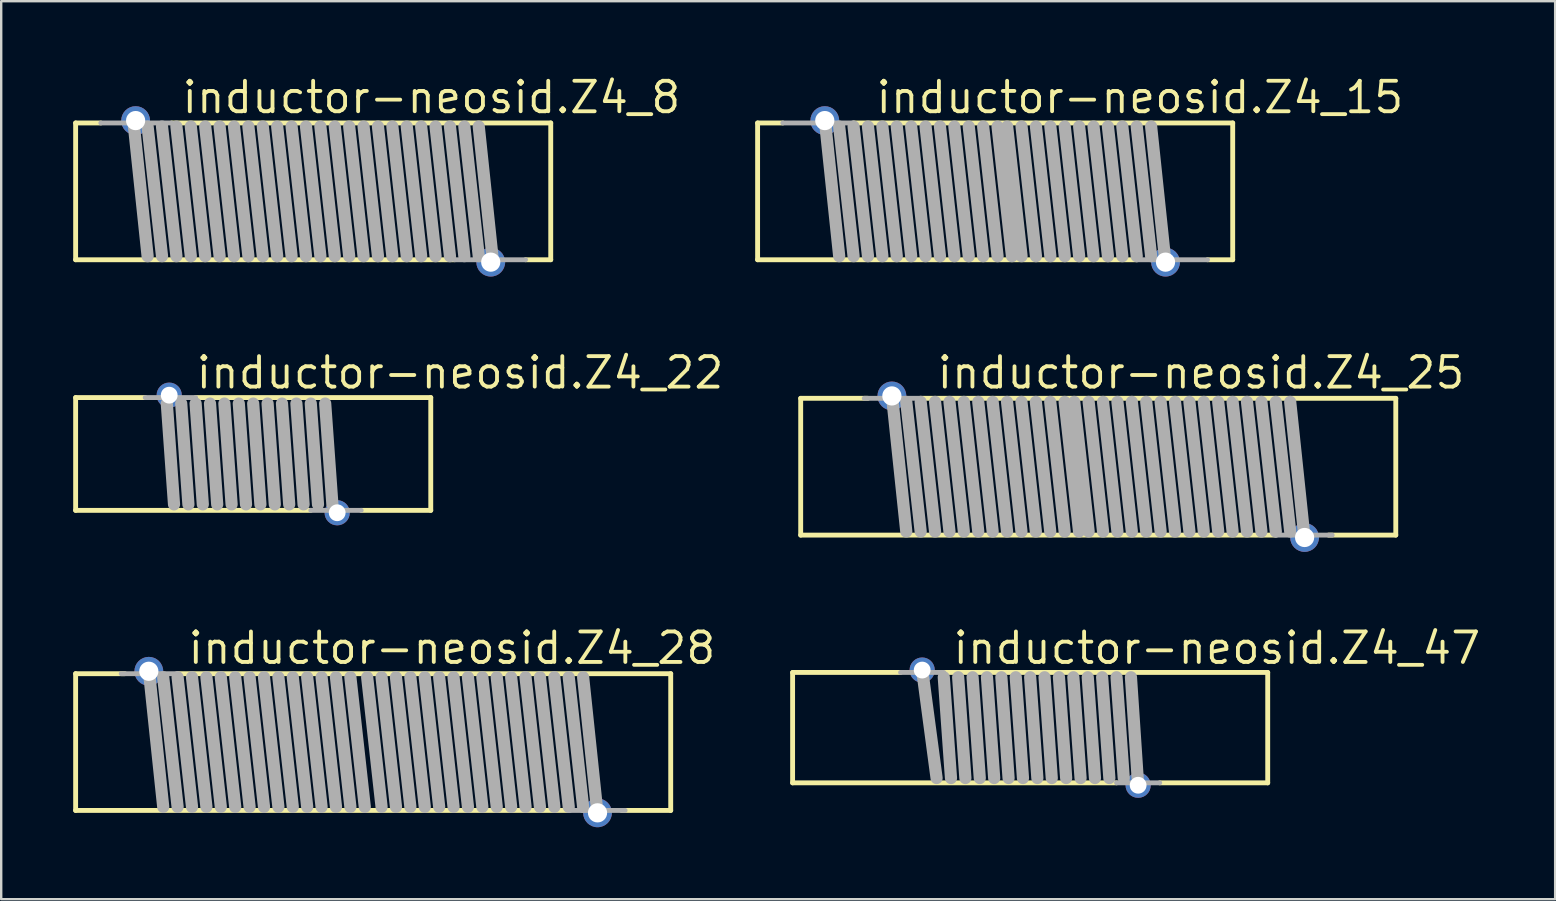
<source format=kicad_pcb>
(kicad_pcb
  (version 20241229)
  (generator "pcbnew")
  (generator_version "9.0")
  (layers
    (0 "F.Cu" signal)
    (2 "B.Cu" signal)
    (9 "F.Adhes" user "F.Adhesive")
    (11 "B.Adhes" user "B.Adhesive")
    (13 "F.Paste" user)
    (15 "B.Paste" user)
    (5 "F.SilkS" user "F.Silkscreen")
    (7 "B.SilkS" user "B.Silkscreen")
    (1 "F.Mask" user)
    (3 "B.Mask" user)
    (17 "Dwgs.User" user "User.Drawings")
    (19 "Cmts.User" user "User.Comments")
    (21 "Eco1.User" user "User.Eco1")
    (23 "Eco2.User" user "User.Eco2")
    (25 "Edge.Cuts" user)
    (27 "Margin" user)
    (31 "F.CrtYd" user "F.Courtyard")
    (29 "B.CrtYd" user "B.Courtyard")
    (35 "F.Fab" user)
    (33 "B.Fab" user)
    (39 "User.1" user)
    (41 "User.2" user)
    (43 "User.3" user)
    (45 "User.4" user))
  (footprint "inductor-neosid.Z4_22"
    (layer "F.Cu")
    (at 7.502 15.869)
    (property "Reference" "inductor-neosid.Z4_22" (at -2.463 -2.644 0) (layer "F.SilkS") (effects (font (size 1.27 1.27) (thickness 0.16)) (justify left bottom)))
    (attr through_hole)
    (fp_line (start -7.4 -2.35) (end -4.5 -2.35) (stroke (width 0.203) (type default)) (layer "F.SilkS"))
    (fp_line (start -7.4 2.35) (end -7.4 -2.35) (stroke (width 0.203) (type default)) (layer "F.SilkS"))
    (fp_line (start -2.4 -2.35) (end 7.4 -2.35) (stroke (width 0.203) (type default)) (layer "F.SilkS"))
    (fp_line (start 2.4 2.35) (end -7.4 2.35) (stroke (width 0.203) (type default)) (layer "F.SilkS"))
    (fp_line (start 7.4 -2.35) (end 7.4 2.35) (stroke (width 0.203) (type default)) (layer "F.SilkS"))
    (fp_line (start 7.4 2.35) (end 4.5 2.35) (stroke (width 0.203) (type default)) (layer "F.SilkS"))
    (fp_line (start -4.5 -2.35) (end -2.4 -2.35) (stroke (width 0.203) (type default)) (layer "F.Fab"))
    (fp_line (start -3.3 2.1) (end -3.6 -2.1) (stroke (width 0.508) (type default)) (layer "F.Fab"))
    (fp_line (start -2.7 2.1) (end -3 -2.1) (stroke (width 0.508) (type default)) (layer "F.Fab"))
    (fp_line (start -2.1 2.1) (end -2.4 -2.1) (stroke (width 0.508) (type default)) (layer "F.Fab"))
    (fp_line (start -1.5 2.1) (end -1.8 -2.1) (stroke (width 0.508) (type default)) (layer "F.Fab"))
    (fp_line (start -0.9 2.1) (end -1.2 -2.1) (stroke (width 0.508) (type default)) (layer "F.Fab"))
    (fp_line (start -0.3 2.1) (end -0.6 -2.1) (stroke (width 0.508) (type default)) (layer "F.Fab"))
    (fp_line (start 0.3 2.1) (end 0 -2.1) (stroke (width 0.508) (type default)) (layer "F.Fab"))
    (fp_line (start 0.9 2.1) (end 0.6 -2.1) (stroke (width 0.508) (type default)) (layer "F.Fab"))
    (fp_line (start 1.5 2.1) (end 1.2 -2.1) (stroke (width 0.508) (type default)) (layer "F.Fab"))
    (fp_line (start 2.1 2.1) (end 1.8 -2.1) (stroke (width 0.508) (type default)) (layer "F.Fab"))
    (fp_line (start 2.7 2.1) (end 2.4 -2.1) (stroke (width 0.508) (type default)) (layer "F.Fab"))
    (fp_line (start 3.3 2.1) (end 3 -2.1) (stroke (width 0.508) (type default)) (layer "F.Fab"))
    (fp_line (start 4.5 2.35) (end 2.4 2.35) (stroke (width 0.203) (type default)) (layer "F.Fab"))
    (pad "1" thru_hole circle (at 3.5 2.45) (size 1.05 1.05) (drill 0.7) (layers "*.Cu" "*.Mask"))
    (pad "2" thru_hole circle (at -3.5 -2.45) (size 1.05 1.05) (drill 0.7) (layers "*.Cu" "*.Mask")))
  (footprint "inductor-neosid.Z4_28"
    (layer "F.Cu")
    (at 12.502 27.875)
    (property "Reference" "inductor-neosid.Z4_28" (at -7.8 -3.175 0) (layer "F.SilkS") (effects (font (size 1.27 1.27) (thickness 0.16)) (justify left bottom)))
    (attr through_hole)
    (fp_line (start -12.4 -2.85) (end -10.35 -2.85) (stroke (width 0.203) (type default)) (layer "F.SilkS"))
    (fp_line (start -12.4 2.85) (end -12.4 -2.85) (stroke (width 0.203) (type default)) (layer "F.SilkS"))
    (fp_line (start -8.15 -2.85) (end 12.4 -2.85) (stroke (width 0.203) (type default)) (layer "F.SilkS"))
    (fp_line (start 8.15 2.85) (end -12.4 2.85) (stroke (width 0.203) (type default)) (layer "F.SilkS"))
    (fp_line (start 12.4 -2.85) (end 12.4 2.85) (stroke (width 0.203) (type default)) (layer "F.SilkS"))
    (fp_line (start 12.4 2.85) (end 10.35 2.85) (stroke (width 0.203) (type default)) (layer "F.SilkS"))
    (fp_line (start -10.5 -2.85) (end -8.15 -2.85) (stroke (width 0.203) (type default)) (layer "F.Fab"))
    (fp_line (start -8.75 2.7) (end -9.35 -3) (stroke (width 0.508) (type default)) (layer "F.Fab"))
    (fp_line (start -8.15 2.7) (end -8.75 -2.7) (stroke (width 0.508) (type default)) (layer "F.Fab"))
    (fp_line (start -7.55 2.7) (end -8.15 -2.7) (stroke (width 0.508) (type default)) (layer "F.Fab"))
    (fp_line (start -6.95 2.7) (end -7.55 -2.7) (stroke (width 0.508) (type default)) (layer "F.Fab"))
    (fp_line (start -6.35 2.7) (end -6.95 -2.7) (stroke (width 0.508) (type default)) (layer "F.Fab"))
    (fp_line (start -5.75 2.7) (end -6.35 -2.7) (stroke (width 0.508) (type default)) (layer "F.Fab"))
    (fp_line (start -5.15 2.7) (end -5.75 -2.7) (stroke (width 0.508) (type default)) (layer "F.Fab"))
    (fp_line (start -4.55 2.7) (end -5.15 -2.7) (stroke (width 0.508) (type default)) (layer "F.Fab"))
    (fp_line (start -3.95 2.7) (end -4.55 -2.7) (stroke (width 0.508) (type default)) (layer "F.Fab"))
    (fp_line (start -3.35 2.7) (end -3.95 -2.7) (stroke (width 0.508) (type default)) (layer "F.Fab"))
    (fp_line (start -2.75 2.7) (end -3.35 -2.7) (stroke (width 0.508) (type default)) (layer "F.Fab"))
    (fp_line (start -2.15 2.7) (end -2.75 -2.7) (stroke (width 0.508) (type default)) (layer "F.Fab"))
    (fp_line (start -1.55 2.7) (end -2.15 -2.7) (stroke (width 0.508) (type default)) (layer "F.Fab"))
    (fp_line (start -0.95 2.7) (end -1.55 -2.7) (stroke (width 0.508) (type default)) (layer "F.Fab"))
    (fp_line (start -0.35 2.7) (end -0.95 -2.7) (stroke (width 0.508) (type default)) (layer "F.Fab"))
    (fp_line (start 0.35 2.7) (end -0.25 -2.7) (stroke (width 0.508) (type default)) (layer "F.Fab"))
    (fp_line (start 0.95 2.7) (end 0.35 -2.7) (stroke (width 0.508) (type default)) (layer "F.Fab"))
    (fp_line (start 1.55 2.7) (end 0.95 -2.7) (stroke (width 0.508) (type default)) (layer "F.Fab"))
    (fp_line (start 2.15 2.7) (end 1.55 -2.7) (stroke (width 0.508) (type default)) (layer "F.Fab"))
    (fp_line (start 2.75 2.7) (end 2.15 -2.7) (stroke (width 0.508) (type default)) (layer "F.Fab"))
    (fp_line (start 3.35 2.7) (end 2.75 -2.7) (stroke (width 0.508) (type default)) (layer "F.Fab"))
    (fp_line (start 3.95 2.7) (end 3.35 -2.7) (stroke (width 0.508) (type default)) (layer "F.Fab"))
    (fp_line (start 4.55 2.7) (end 3.95 -2.7) (stroke (width 0.508) (type default)) (layer "F.Fab"))
    (fp_line (start 5.15 2.7) (end 4.55 -2.7) (stroke (width 0.508) (type default)) (layer "F.Fab"))
    (fp_line (start 5.75 2.7) (end 5.15 -2.7) (stroke (width 0.508) (type default)) (layer "F.Fab"))
    (fp_line (start 6.35 2.7) (end 5.75 -2.7) (stroke (width 0.508) (type default)) (layer "F.Fab"))
    (fp_line (start 6.95 2.7) (end 6.35 -2.7) (stroke (width 0.508) (type default)) (layer "F.Fab"))
    (fp_line (start 7.55 2.7) (end 6.95 -2.7) (stroke (width 0.508) (type default)) (layer "F.Fab"))
    (fp_line (start 8.15 2.7) (end 7.55 -2.7) (stroke (width 0.508) (type default)) (layer "F.Fab"))
    (fp_line (start 8.75 2.7) (end 8.15 -2.7) (stroke (width 0.508) (type default)) (layer "F.Fab"))
    (fp_line (start 9.35 3) (end 8.75 -2.7) (stroke (width 0.508) (type default)) (layer "F.Fab"))
    (fp_line (start 10.5 2.85) (end 8.15 2.85) (stroke (width 0.203) (type default)) (layer "F.Fab"))
    (pad "1" thru_hole circle (at 9.35 2.95) (size 1.2 1.2) (drill 0.8) (layers "*.Cu" "*.Mask"))
    (pad "2" thru_hole circle (at -9.35 -2.95) (size 1.2 1.2) (drill 0.8) (layers "*.Cu" "*.Mask")))
  (footprint "inductor-neosid.Z4_47"
    (layer "F.Cu")
    (at 39.882 27.275)
    (property "Reference" "inductor-neosid.Z4_47" (at -3.3 -2.575 0) (layer "F.SilkS") (effects (font (size 1.27 1.27) (thickness 0.16)) (justify left bottom)))
    (attr through_hole)
    (fp_line (start -9.9 -2.3) (end -5.4 -2.3) (stroke (width 0.203) (type default)) (layer "F.SilkS"))
    (fp_line (start -9.9 2.3) (end -9.9 -2.3) (stroke (width 0.203) (type default)) (layer "F.SilkS"))
    (fp_line (start -3.6 -2.3) (end 9.9 -2.3) (stroke (width 0.203) (type default)) (layer "F.SilkS"))
    (fp_line (start 3.6 2.3) (end -9.9 2.3) (stroke (width 0.203) (type default)) (layer "F.SilkS"))
    (fp_line (start 9.9 -2.3) (end 9.9 2.3) (stroke (width 0.203) (type default)) (layer "F.SilkS"))
    (fp_line (start 9.9 2.3) (end 5.4 2.3) (stroke (width 0.203) (type default)) (layer "F.SilkS"))
    (fp_line (start -5.4 -2.3) (end -3.6 -2.3) (stroke (width 0.203) (type default)) (layer "F.Fab"))
    (fp_line (start -3.9 2.1) (end -4.5 -2.4) (stroke (width 0.508) (type default)) (layer "F.Fab"))
    (fp_line (start -3.3 2.1) (end -3.6 -2.1) (stroke (width 0.508) (type default)) (layer "F.Fab"))
    (fp_line (start -2.7 2.1) (end -3 -2.1) (stroke (width 0.508) (type default)) (layer "F.Fab"))
    (fp_line (start -2.1 2.1) (end -2.4 -2.1) (stroke (width 0.508) (type default)) (layer "F.Fab"))
    (fp_line (start -1.5 2.1) (end -1.8 -2.1) (stroke (width 0.508) (type default)) (layer "F.Fab"))
    (fp_line (start -0.9 2.1) (end -1.2 -2.1) (stroke (width 0.508) (type default)) (layer "F.Fab"))
    (fp_line (start -0.3 2.1) (end -0.6 -2.1) (stroke (width 0.508) (type default)) (layer "F.Fab"))
    (fp_line (start 0.3 2.1) (end 0 -2.1) (stroke (width 0.508) (type default)) (layer "F.Fab"))
    (fp_line (start 0.9 2.1) (end 0.6 -2.1) (stroke (width 0.508) (type default)) (layer "F.Fab"))
    (fp_line (start 1.5 2.1) (end 1.2 -2.1) (stroke (width 0.508) (type default)) (layer "F.Fab"))
    (fp_line (start 2.1 2.1) (end 1.8 -2.1) (stroke (width 0.508) (type default)) (layer "F.Fab"))
    (fp_line (start 2.7 2.1) (end 2.4 -2.1) (stroke (width 0.508) (type default)) (layer "F.Fab"))
    (fp_line (start 3.3 2.1) (end 3 -2.1) (stroke (width 0.508) (type default)) (layer "F.Fab"))
    (fp_line (start 3.9 2.1) (end 3.6 -2.1) (stroke (width 0.508) (type default)) (layer "F.Fab"))
    (fp_line (start 4.5 2.4) (end 4.2 -2.1) (stroke (width 0.508) (type default)) (layer "F.Fab"))
    (fp_line (start 5.4 2.3) (end 3.6 2.3) (stroke (width 0.203) (type default)) (layer "F.Fab"))
    (pad "1" thru_hole circle (at 4.5 2.4) (size 1.05 1.05) (drill 0.7) (layers "*.Cu" "*.Mask"))
    (pad "2" thru_hole circle (at -4.5 -2.4) (size 1.05 1.05) (drill 0.7) (layers "*.Cu" "*.Mask")))
  (footprint "inductor-neosid.Z4_25"
    (layer "F.Cu")
    (at 42.719 16.4)
    (property "Reference" "inductor-neosid.Z4_25" (at -6.8 -3.175 0) (layer "F.SilkS") (effects (font (size 1.27 1.27) (thickness 0.16)) (justify left bottom)))
    (attr through_hole)
    (fp_line (start -12.4 -2.85) (end -9.6 -2.85) (stroke (width 0.203) (type default)) (layer "F.SilkS"))
    (fp_line (start -12.4 2.85) (end -12.4 -2.85) (stroke (width 0.203) (type default)) (layer "F.SilkS"))
    (fp_line (start -7.4 -2.85) (end 12.4 -2.85) (stroke (width 0.203) (type default)) (layer "F.SilkS"))
    (fp_line (start 7.4 2.85) (end -12.4 2.85) (stroke (width 0.203) (type default)) (layer "F.SilkS"))
    (fp_line (start 12.4 -2.85) (end 12.4 2.85) (stroke (width 0.203) (type default)) (layer "F.SilkS"))
    (fp_line (start 12.4 2.85) (end 9.6 2.85) (stroke (width 0.203) (type default)) (layer "F.SilkS"))
    (fp_line (start -9.75 -2.85) (end -7.4 -2.85) (stroke (width 0.203) (type default)) (layer "F.Fab"))
    (fp_line (start -8 2.7) (end -8.6 -3) (stroke (width 0.508) (type default)) (layer "F.Fab"))
    (fp_line (start -7.4 2.7) (end -8 -2.7) (stroke (width 0.508) (type default)) (layer "F.Fab"))
    (fp_line (start -6.8 2.7) (end -7.4 -2.7) (stroke (width 0.508) (type default)) (layer "F.Fab"))
    (fp_line (start -6.2 2.7) (end -6.8 -2.7) (stroke (width 0.508) (type default)) (layer "F.Fab"))
    (fp_line (start -5.6 2.7) (end -6.2 -2.7) (stroke (width 0.508) (type default)) (layer "F.Fab"))
    (fp_line (start -5 2.7) (end -5.6 -2.7) (stroke (width 0.508) (type default)) (layer "F.Fab"))
    (fp_line (start -4.4 2.7) (end -5 -2.7) (stroke (width 0.508) (type default)) (layer "F.Fab"))
    (fp_line (start -3.8 2.7) (end -4.4 -2.7) (stroke (width 0.508) (type default)) (layer "F.Fab"))
    (fp_line (start -3.2 2.7) (end -3.8 -2.7) (stroke (width 0.508) (type default)) (layer "F.Fab"))
    (fp_line (start -2.6 2.7) (end -3.2 -2.7) (stroke (width 0.508) (type default)) (layer "F.Fab"))
    (fp_line (start -2 2.7) (end -2.6 -2.7) (stroke (width 0.508) (type default)) (layer "F.Fab"))
    (fp_line (start -1.4 2.7) (end -2 -2.7) (stroke (width 0.508) (type default)) (layer "F.Fab"))
    (fp_line (start -0.8 2.7) (end -1.4 -2.7) (stroke (width 0.508) (type default)) (layer "F.Fab"))
    (fp_line (start -0.4 2.7) (end -1 -2.7) (stroke (width 0.508) (type default)) (layer "F.Fab"))
    (fp_line (start 0.2 2.7) (end -0.4 -2.7) (stroke (width 0.508) (type default)) (layer "F.Fab"))
    (fp_line (start 0.8 2.7) (end 0.2 -2.7) (stroke (width 0.508) (type default)) (layer "F.Fab"))
    (fp_line (start 1.4 2.7) (end 0.8 -2.7) (stroke (width 0.508) (type default)) (layer "F.Fab"))
    (fp_line (start 2 2.7) (end 1.4 -2.7) (stroke (width 0.508) (type default)) (layer "F.Fab"))
    (fp_line (start 2.6 2.7) (end 2 -2.7) (stroke (width 0.508) (type default)) (layer "F.Fab"))
    (fp_line (start 3.2 2.7) (end 2.6 -2.7) (stroke (width 0.508) (type default)) (layer "F.Fab"))
    (fp_line (start 3.8 2.7) (end 3.2 -2.7) (stroke (width 0.508) (type default)) (layer "F.Fab"))
    (fp_line (start 4.4 2.7) (end 3.8 -2.7) (stroke (width 0.508) (type default)) (layer "F.Fab"))
    (fp_line (start 5 2.7) (end 4.4 -2.7) (stroke (width 0.508) (type default)) (layer "F.Fab"))
    (fp_line (start 5.6 2.7) (end 5 -2.7) (stroke (width 0.508) (type default)) (layer "F.Fab"))
    (fp_line (start 6.2 2.7) (end 5.6 -2.7) (stroke (width 0.508) (type default)) (layer "F.Fab"))
    (fp_line (start 6.8 2.7) (end 6.2 -2.7) (stroke (width 0.508) (type default)) (layer "F.Fab"))
    (fp_line (start 7.4 2.7) (end 6.8 -2.7) (stroke (width 0.508) (type default)) (layer "F.Fab"))
    (fp_line (start 8 2.7) (end 7.4 -2.7) (stroke (width 0.508) (type default)) (layer "F.Fab"))
    (fp_line (start 8.6 3) (end 8 -2.7) (stroke (width 0.508) (type default)) (layer "F.Fab"))
    (fp_line (start 9.75 2.85) (end 7.4 2.85) (stroke (width 0.203) (type default)) (layer "F.Fab"))
    (pad "1" thru_hole circle (at 8.6 2.95) (size 1.2 1.2) (drill 0.8) (layers "*.Cu" "*.Mask"))
    (pad "2" thru_hole circle (at -8.6 -2.95) (size 1.2 1.2) (drill 0.8) (layers "*.Cu" "*.Mask")))
  (footprint "inductor-neosid.Z4_15"
    (layer "F.Cu")
    (at 38.423 4.925)
    (property "Reference" "inductor-neosid.Z4_15" (at -5.05 -3.175 0) (layer "F.SilkS") (effects (font (size 1.27 1.27) (thickness 0.16)) (justify left bottom)))
    (attr through_hole)
    (fp_line (start -9.9 -2.85) (end -8.85 -2.85) (stroke (width 0.203) (type default)) (layer "F.SilkS"))
    (fp_line (start -9.9 2.85) (end -9.9 -2.85) (stroke (width 0.203) (type default)) (layer "F.SilkS"))
    (fp_line (start -5.9 -2.85) (end 9.9 -2.85) (stroke (width 0.203) (type default)) (layer "F.SilkS"))
    (fp_line (start 5.9 2.85) (end -9.9 2.85) (stroke (width 0.203) (type default)) (layer "F.SilkS"))
    (fp_line (start 9.9 -2.85) (end 9.9 2.85) (stroke (width 0.203) (type default)) (layer "F.SilkS"))
    (fp_line (start 9.9 2.85) (end 8.85 2.85) (stroke (width 0.203) (type default)) (layer "F.SilkS"))
    (fp_line (start -8.85 -2.85) (end -5.9 -2.85) (stroke (width 0.203) (type default)) (layer "F.Fab"))
    (fp_line (start -6.5 2.7) (end -7.1 -3) (stroke (width 0.508) (type default)) (layer "F.Fab"))
    (fp_line (start -5.9 2.7) (end -6.5 -2.7) (stroke (width 0.508) (type default)) (layer "F.Fab"))
    (fp_line (start -5.3 2.7) (end -5.9 -2.7) (stroke (width 0.508) (type default)) (layer "F.Fab"))
    (fp_line (start -4.7 2.7) (end -5.3 -2.7) (stroke (width 0.508) (type default)) (layer "F.Fab"))
    (fp_line (start -4.1 2.7) (end -4.7 -2.7) (stroke (width 0.508) (type default)) (layer "F.Fab"))
    (fp_line (start -3.5 2.7) (end -4.1 -2.7) (stroke (width 0.508) (type default)) (layer "F.Fab"))
    (fp_line (start -2.9 2.7) (end -3.5 -2.7) (stroke (width 0.508) (type default)) (layer "F.Fab"))
    (fp_line (start -2.3 2.7) (end -2.9 -2.7) (stroke (width 0.508) (type default)) (layer "F.Fab"))
    (fp_line (start -1.7 2.7) (end -2.3 -2.7) (stroke (width 0.508) (type default)) (layer "F.Fab"))
    (fp_line (start -1.1 2.7) (end -1.7 -2.7) (stroke (width 0.508) (type default)) (layer "F.Fab"))
    (fp_line (start -0.5 2.7) (end -1.1 -2.7) (stroke (width 0.508) (type default)) (layer "F.Fab"))
    (fp_line (start 0.1 2.7) (end -0.5 -2.7) (stroke (width 0.508) (type default)) (layer "F.Fab"))
    (fp_line (start 0.7 2.7) (end 0.1 -2.7) (stroke (width 0.508) (type default)) (layer "F.Fab"))
    (fp_line (start 1.1 2.7) (end 0.5 -2.7) (stroke (width 0.508) (type default)) (layer "F.Fab"))
    (fp_line (start 1.7 2.7) (end 1.1 -2.7) (stroke (width 0.508) (type default)) (layer "F.Fab"))
    (fp_line (start 2.3 2.7) (end 1.7 -2.7) (stroke (width 0.508) (type default)) (layer "F.Fab"))
    (fp_line (start 2.9 2.7) (end 2.3 -2.7) (stroke (width 0.508) (type default)) (layer "F.Fab"))
    (fp_line (start 3.5 2.7) (end 2.9 -2.7) (stroke (width 0.508) (type default)) (layer "F.Fab"))
    (fp_line (start 4.1 2.7) (end 3.5 -2.7) (stroke (width 0.508) (type default)) (layer "F.Fab"))
    (fp_line (start 4.7 2.7) (end 4.1 -2.7) (stroke (width 0.508) (type default)) (layer "F.Fab"))
    (fp_line (start 5.3 2.7) (end 4.7 -2.7) (stroke (width 0.508) (type default)) (layer "F.Fab"))
    (fp_line (start 5.9 2.7) (end 5.3 -2.7) (stroke (width 0.508) (type default)) (layer "F.Fab"))
    (fp_line (start 6.5 2.7) (end 5.9 -2.7) (stroke (width 0.508) (type default)) (layer "F.Fab"))
    (fp_line (start 7.1 3) (end 6.5 -2.7) (stroke (width 0.508) (type default)) (layer "F.Fab"))
    (fp_line (start 8.85 2.85) (end 5.9 2.85) (stroke (width 0.203) (type default)) (layer "F.Fab"))
    (pad "1" thru_hole circle (at 7.1 2.95) (size 1.2 1.2) (drill 0.8) (layers "*.Cu" "*.Mask"))
    (pad "2" thru_hole circle (at -7.1 -2.95) (size 1.2 1.2) (drill 0.8) (layers "*.Cu" "*.Mask")))
  (footprint "inductor-neosid.Z4_8"
    (layer "F.Cu")
    (at 10.002 4.925)
    (property "Reference" "inductor-neosid.Z4_8" (at -5.55 -3.175 0) (layer "F.SilkS") (effects (font (size 1.27 1.27) (thickness 0.16)) (justify left bottom)))
    (attr through_hole)
    (fp_line (start -9.9 -2.85) (end -8.85 -2.85) (stroke (width 0.203) (type default)) (layer "F.SilkS"))
    (fp_line (start -9.9 2.85) (end -9.9 -2.85) (stroke (width 0.203) (type default)) (layer "F.SilkS"))
    (fp_line (start -5.9 -2.85) (end 9.9 -2.85) (stroke (width 0.203) (type default)) (layer "F.SilkS"))
    (fp_line (start 5.9 2.85) (end -9.9 2.85) (stroke (width 0.203) (type default)) (layer "F.SilkS"))
    (fp_line (start 9.9 -2.85) (end 9.9 2.85) (stroke (width 0.203) (type default)) (layer "F.SilkS"))
    (fp_line (start 9.9 2.85) (end 8.85 2.85) (stroke (width 0.203) (type default)) (layer "F.SilkS"))
    (fp_line (start -8.85 -2.85) (end -5.9 -2.85) (stroke (width 0.203) (type default)) (layer "F.Fab"))
    (fp_line (start -6.9 2.7) (end -7.5 -3) (stroke (width 0.508) (type default)) (layer "F.Fab"))
    (fp_line (start -6.3 2.7) (end -6.9 -2.7) (stroke (width 0.508) (type default)) (layer "F.Fab"))
    (fp_line (start -5.7 2.7) (end -6.3 -2.7) (stroke (width 0.508) (type default)) (layer "F.Fab"))
    (fp_line (start -5.1 2.7) (end -5.7 -2.7) (stroke (width 0.508) (type default)) (layer "F.Fab"))
    (fp_line (start -4.5 2.7) (end -5.1 -2.7) (stroke (width 0.508) (type default)) (layer "F.Fab"))
    (fp_line (start -3.9 2.7) (end -4.5 -2.7) (stroke (width 0.508) (type default)) (layer "F.Fab"))
    (fp_line (start -3.3 2.7) (end -3.9 -2.7) (stroke (width 0.508) (type default)) (layer "F.Fab"))
    (fp_line (start -2.7 2.7) (end -3.3 -2.7) (stroke (width 0.508) (type default)) (layer "F.Fab"))
    (fp_line (start -2.1 2.7) (end -2.7 -2.7) (stroke (width 0.508) (type default)) (layer "F.Fab"))
    (fp_line (start -1.5 2.7) (end -2.1 -2.7) (stroke (width 0.508) (type default)) (layer "F.Fab"))
    (fp_line (start -0.9 2.7) (end -1.5 -2.7) (stroke (width 0.508) (type default)) (layer "F.Fab"))
    (fp_line (start -0.3 2.7) (end -0.9 -2.7) (stroke (width 0.508) (type default)) (layer "F.Fab"))
    (fp_line (start 0.3 2.7) (end -0.3 -2.7) (stroke (width 0.508) (type default)) (layer "F.Fab"))
    (fp_line (start 0.9 2.7) (end 0.3 -2.7) (stroke (width 0.508) (type default)) (layer "F.Fab"))
    (fp_line (start 1.5 2.7) (end 0.9 -2.7) (stroke (width 0.508) (type default)) (layer "F.Fab"))
    (fp_line (start 2.1 2.7) (end 1.5 -2.7) (stroke (width 0.508) (type default)) (layer "F.Fab"))
    (fp_line (start 2.7 2.7) (end 2.1 -2.7) (stroke (width 0.508) (type default)) (layer "F.Fab"))
    (fp_line (start 3.3 2.7) (end 2.7 -2.7) (stroke (width 0.508) (type default)) (layer "F.Fab"))
    (fp_line (start 3.9 2.7) (end 3.3 -2.7) (stroke (width 0.508) (type default)) (layer "F.Fab"))
    (fp_line (start 4.5 2.7) (end 3.9 -2.7) (stroke (width 0.508) (type default)) (layer "F.Fab"))
    (fp_line (start 5.1 2.7) (end 4.5 -2.7) (stroke (width 0.508) (type default)) (layer "F.Fab"))
    (fp_line (start 5.7 2.7) (end 5.1 -2.7) (stroke (width 0.508) (type default)) (layer "F.Fab"))
    (fp_line (start 6.3 2.7) (end 5.7 -2.7) (stroke (width 0.508) (type default)) (layer "F.Fab"))
    (fp_line (start 6.9 2.7) (end 6.3 -2.7) (stroke (width 0.508) (type default)) (layer "F.Fab"))
    (fp_line (start 7.5 3) (end 6.9 -2.7) (stroke (width 0.508) (type default)) (layer "F.Fab"))
    (fp_line (start 8.85 2.85) (end 5.9 2.85) (stroke (width 0.203) (type default)) (layer "F.Fab"))
    (pad "1" thru_hole circle (at 7.4 2.95) (size 1.2 1.2) (drill 0.8) (layers "*.Cu" "*.Mask"))
    (pad "2" thru_hole circle (at -7.4 -2.95) (size 1.2 1.2) (drill 0.8) (layers "*.Cu" "*.Mask")))
  (gr_rect
    (start -3 -3)
    (end 61.761 34.425)
    (stroke (width 0.1) (type default))
    (fill no)
    (layer "Edge.Cuts")))
</source>
